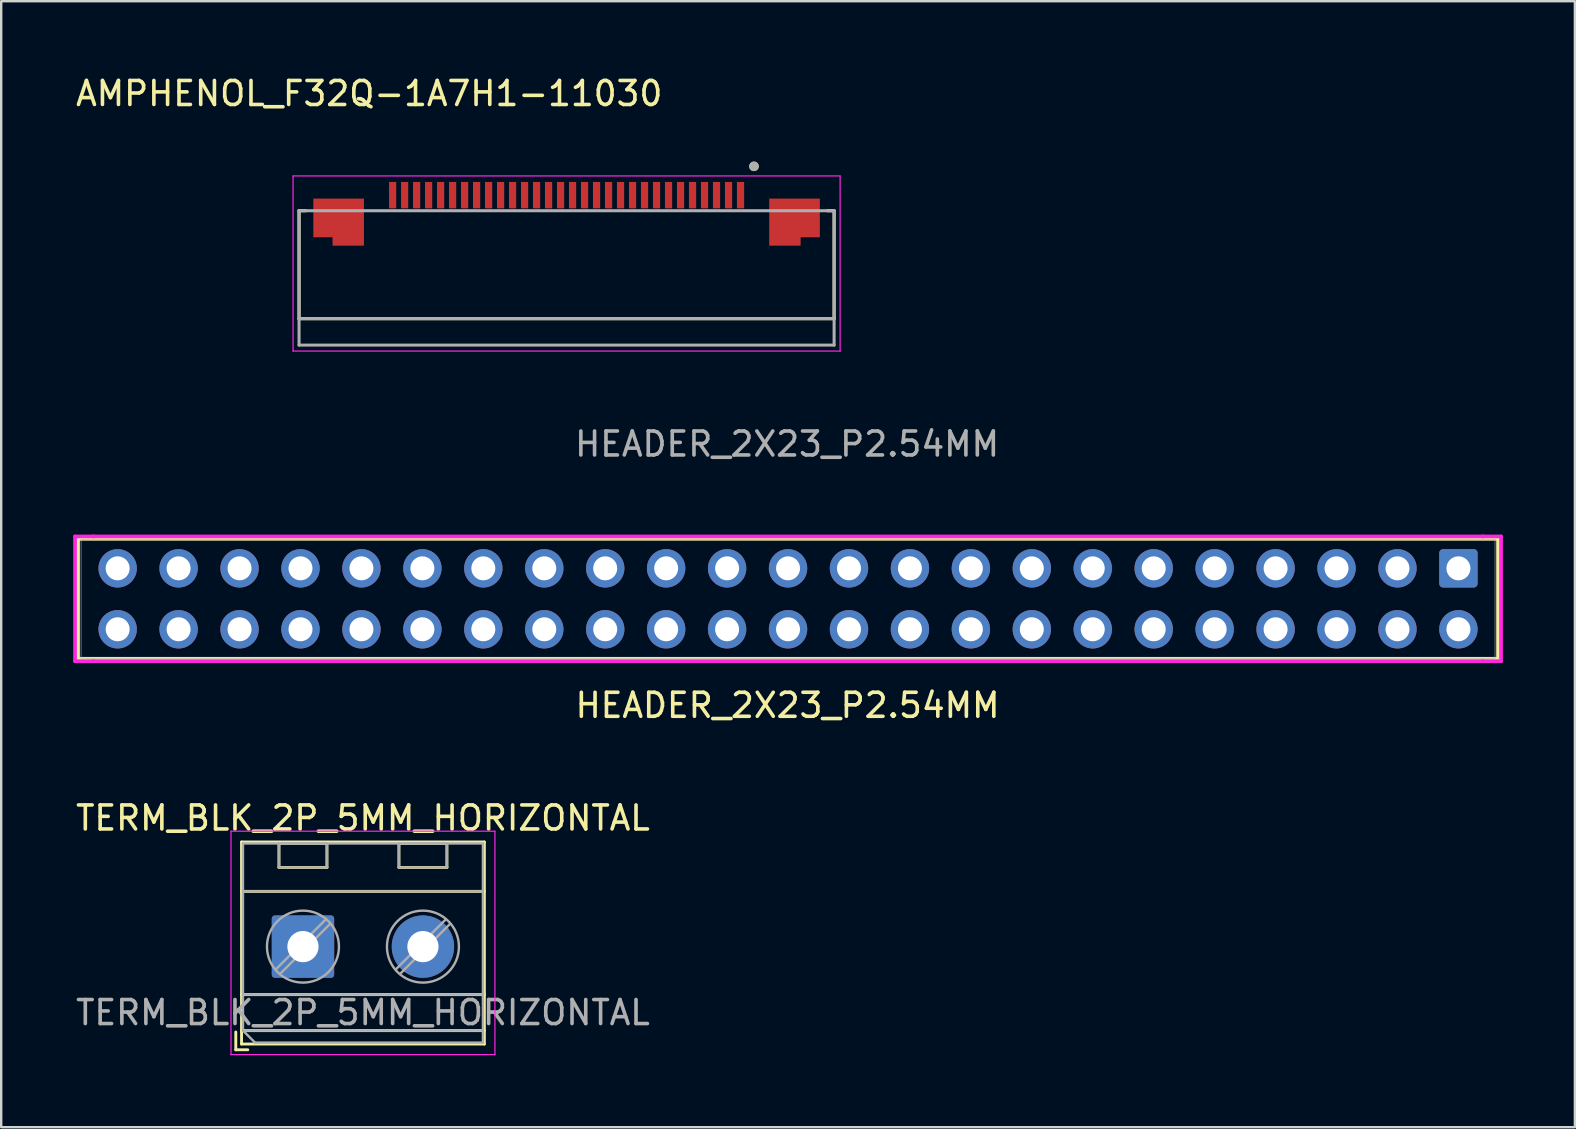
<source format=kicad_pcb>
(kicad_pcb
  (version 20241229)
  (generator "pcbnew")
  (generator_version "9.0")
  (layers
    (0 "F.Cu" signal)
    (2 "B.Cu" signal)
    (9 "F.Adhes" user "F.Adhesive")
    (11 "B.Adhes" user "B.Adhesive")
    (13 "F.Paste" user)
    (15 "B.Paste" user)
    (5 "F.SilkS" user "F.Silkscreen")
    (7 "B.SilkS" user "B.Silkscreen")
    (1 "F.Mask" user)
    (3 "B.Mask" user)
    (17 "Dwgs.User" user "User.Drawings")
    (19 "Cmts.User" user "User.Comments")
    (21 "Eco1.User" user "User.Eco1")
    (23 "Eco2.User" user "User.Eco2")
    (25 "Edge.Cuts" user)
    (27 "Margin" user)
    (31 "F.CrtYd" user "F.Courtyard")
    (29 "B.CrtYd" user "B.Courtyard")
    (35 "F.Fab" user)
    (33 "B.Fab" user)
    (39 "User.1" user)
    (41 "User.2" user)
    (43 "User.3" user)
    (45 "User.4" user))
  (footprint "HEADER_2X23_P2.54MM"
    (layer "F.Cu")
    (at 29.794 21.907)
    (property "Reference" "HEADER_2X23_P2.54MM" (at -0.02 4.44 0) (unlocked yes) (layer "F.SilkS") (effects (font (size 1 1) (thickness 0.15))))
    (attr through_hole)
    (fp_line (start -29.591 -2.5) (end -29.591 2.5) (stroke (width 0.152) (type solid)) (layer "F.SilkS"))
    (fp_line (start -29.591 2.5) (end 29.591 2.5) (stroke (width 0.152) (type solid)) (layer "F.SilkS"))
    (fp_line (start 29.591 -2.5) (end -29.591 -2.5) (stroke (width 0.152) (type solid)) (layer "F.SilkS"))
    (fp_line (start 29.591 2.5) (end 29.591 -2.5) (stroke (width 0.152) (type solid)) (layer "F.SilkS"))
    (fp_line (start -29.718 -2.6) (end -29.718 2.6) (stroke (width 0.152) (type solid)) (layer "F.CrtYd"))
    (fp_line (start -29.718 2.6) (end -28.956 2.6) (stroke (width 0.152) (type solid)) (layer "F.CrtYd"))
    (fp_line (start -28.956 -2.6) (end -29.718 -2.6) (stroke (width 0.152) (type solid)) (layer "F.CrtYd"))
    (fp_line (start -28.956 -2.6) (end -28.956 -2.6) (stroke (width 0.152) (type solid)) (layer "F.CrtYd"))
    (fp_line (start -28.956 2.6) (end -28.956 2.6) (stroke (width 0.152) (type solid)) (layer "F.CrtYd"))
    (fp_line (start -28.956 2.6) (end 28.956 2.6) (stroke (width 0.152) (type solid)) (layer "F.CrtYd"))
    (fp_line (start 28.956 -2.6) (end -28.956 -2.6) (stroke (width 0.152) (type solid)) (layer "F.CrtYd"))
    (fp_line (start 28.956 -2.6) (end 28.956 -2.6) (stroke (width 0.152) (type solid)) (layer "F.CrtYd"))
    (fp_line (start 28.956 2.6) (end 28.956 2.6) (stroke (width 0.152) (type solid)) (layer "F.CrtYd"))
    (fp_line (start 28.956 2.6) (end 29.718 2.6) (stroke (width 0.152) (type solid)) (layer "F.CrtYd"))
    (fp_line (start 29.718 -2.6) (end 28.956 -2.6) (stroke (width 0.152) (type solid)) (layer "F.CrtYd"))
    (fp_line (start 29.718 2.6) (end 29.718 -2.6) (stroke (width 0.152) (type solid)) (layer "F.CrtYd"))
    (fp_line (start -29.465 -2.475) (end -29.465 2.475) (stroke (width 0.025) (type solid)) (layer "F.Fab"))
    (fp_line (start -29.465 2.475) (end 29.465 2.475) (stroke (width 0.025) (type solid)) (layer "F.Fab"))
    (fp_line (start 29.465 -2.475) (end -29.465 -2.475) (stroke (width 0.025) (type solid)) (layer "F.Fab"))
    (fp_line (start 29.465 2.475) (end 29.465 -2.475) (stroke (width 0.025) (type solid)) (layer "F.Fab"))
    (fp_circle (center 27.94 -1.27) (end 27.686 -1.27) (stroke (width 0.025) (type solid)) (fill no) (layer "F.Fab"))
    (fp_text user "${REFERENCE}" (at -0.04 -6.45 0) (unlocked yes) (layer "F.Fab") (effects (font (size 1 1) (thickness 0.15))))
    (pad "1" thru_hole roundrect (at 27.94 -1.27 270) (size 1.6 1.6) (drill 1) (layers "*.Cu" "B.Mask") (roundrect_rratio 0.1))
    (pad "2" thru_hole circle (at 27.94 1.27 270) (size 1.6 1.6) (drill 1) (layers "*.Cu" "B.Mask"))
    (pad "3" thru_hole circle (at 25.4 -1.27 270) (size 1.6 1.6) (drill 1) (layers "*.Cu" "B.Mask"))
    (pad "4" thru_hole circle (at 25.4 1.27 270) (size 1.6 1.6) (drill 1) (layers "*.Cu" "B.Mask"))
    (pad "5" thru_hole circle (at 22.86 -1.27 270) (size 1.6 1.6) (drill 1) (layers "*.Cu" "B.Mask"))
    (pad "6" thru_hole circle (at 22.86 1.27 270) (size 1.6 1.6) (drill 1) (layers "*.Cu" "B.Mask"))
    (pad "7" thru_hole circle (at 20.32 -1.27 270) (size 1.6 1.6) (drill 1) (layers "*.Cu" "B.Mask"))
    (pad "8" thru_hole circle (at 20.32 1.27 270) (size 1.6 1.6) (drill 1) (layers "*.Cu" "B.Mask"))
    (pad "9" thru_hole circle (at 17.78 -1.27 270) (size 1.6 1.6) (drill 1) (layers "*.Cu" "B.Mask"))
    (pad "10" thru_hole circle (at 17.78 1.27 270) (size 1.6 1.6) (drill 1) (layers "*.Cu" "B.Mask"))
    (pad "11" thru_hole circle (at 15.24 -1.27 270) (size 1.6 1.6) (drill 1) (layers "*.Cu" "B.Mask"))
    (pad "12" thru_hole circle (at 15.24 1.27 270) (size 1.6 1.6) (drill 1) (layers "*.Cu" "B.Mask"))
    (pad "13" thru_hole circle (at 12.7 -1.27 270) (size 1.6 1.6) (drill 1) (layers "*.Cu" "B.Mask"))
    (pad "14" thru_hole circle (at 12.7 1.27 270) (size 1.6 1.6) (drill 1) (layers "*.Cu" "B.Mask"))
    (pad "15" thru_hole circle (at 10.16 -1.27 270) (size 1.6 1.6) (drill 1) (layers "*.Cu" "B.Mask"))
    (pad "16" thru_hole circle (at 10.16 1.27 270) (size 1.6 1.6) (drill 1) (layers "*.Cu" "B.Mask"))
    (pad "17" thru_hole circle (at 7.62 -1.27 270) (size 1.6 1.6) (drill 1) (layers "*.Cu" "B.Mask"))
    (pad "18" thru_hole circle (at 7.62 1.27 270) (size 1.6 1.6) (drill 1) (layers "*.Cu" "B.Mask"))
    (pad "19" thru_hole circle (at 5.08 -1.27 270) (size 1.6 1.6) (drill 1) (layers "*.Cu" "B.Mask"))
    (pad "20" thru_hole circle (at 5.08 1.27 270) (size 1.6 1.6) (drill 1) (layers "*.Cu" "B.Mask"))
    (pad "21" thru_hole circle (at 2.54 -1.27 270) (size 1.6 1.6) (drill 1) (layers "*.Cu" "B.Mask"))
    (pad "22" thru_hole circle (at 2.54 1.27 270) (size 1.6 1.6) (drill 1) (layers "*.Cu" "B.Mask"))
    (pad "23" thru_hole circle (at 0 -1.27 270) (size 1.6 1.6) (drill 1) (layers "*.Cu" "B.Mask"))
    (pad "24" thru_hole circle (at 0 1.27 270) (size 1.6 1.6) (drill 1) (layers "*.Cu" "B.Mask"))
    (pad "25" thru_hole circle (at -2.54 -1.27 270) (size 1.6 1.6) (drill 1) (layers "*.Cu" "B.Mask"))
    (pad "26" thru_hole circle (at -2.54 1.27 270) (size 1.6 1.6) (drill 1) (layers "*.Cu" "B.Mask"))
    (pad "27" thru_hole circle (at -5.08 -1.27 270) (size 1.6 1.6) (drill 1) (layers "*.Cu" "B.Mask"))
    (pad "28" thru_hole circle (at -5.08 1.27 270) (size 1.6 1.6) (drill 1) (layers "*.Cu" "B.Mask"))
    (pad "29" thru_hole circle (at -7.62 -1.27 270) (size 1.6 1.6) (drill 1) (layers "*.Cu" "B.Mask"))
    (pad "30" thru_hole circle (at -7.62 1.27 270) (size 1.6 1.6) (drill 1) (layers "*.Cu" "B.Mask"))
    (pad "31" thru_hole circle (at -10.16 -1.27 270) (size 1.6 1.6) (drill 1) (layers "*.Cu" "B.Mask"))
    (pad "32" thru_hole circle (at -10.16 1.27 270) (size 1.6 1.6) (drill 1) (layers "*.Cu" "B.Mask"))
    (pad "33" thru_hole circle (at -12.7 -1.27 270) (size 1.6 1.6) (drill 1) (layers "*.Cu" "B.Mask"))
    (pad "34" thru_hole circle (at -12.7 1.27 270) (size 1.6 1.6) (drill 1) (layers "*.Cu" "B.Mask"))
    (pad "35" thru_hole circle (at -15.24 -1.27 270) (size 1.6 1.6) (drill 1) (layers "*.Cu" "B.Mask"))
    (pad "36" thru_hole circle (at -15.24 1.27 270) (size 1.6 1.6) (drill 1) (layers "*.Cu" "B.Mask"))
    (pad "37" thru_hole circle (at -17.78 -1.27 270) (size 1.6 1.6) (drill 1) (layers "*.Cu" "B.Mask"))
    (pad "38" thru_hole circle (at -17.78 1.27 270) (size 1.6 1.6) (drill 1) (layers "*.Cu" "B.Mask"))
    (pad "39" thru_hole circle (at -20.32 -1.27 270) (size 1.6 1.6) (drill 1) (layers "*.Cu" "B.Mask"))
    (pad "40" thru_hole circle (at -20.32 1.27 270) (size 1.6 1.6) (drill 1) (layers "*.Cu" "B.Mask"))
    (pad "41" thru_hole circle (at -22.86 -1.27 270) (size 1.6 1.6) (drill 1) (layers "*.Cu" "B.Mask"))
    (pad "42" thru_hole circle (at -22.86 1.27 270) (size 1.6 1.6) (drill 1) (layers "*.Cu" "B.Mask"))
    (pad "43" thru_hole circle (at -25.4 -1.27 270) (size 1.6 1.6) (drill 1) (layers "*.Cu" "B.Mask"))
    (pad "44" thru_hole circle (at -25.4 1.27 270) (size 1.6 1.6) (drill 1) (layers "*.Cu" "B.Mask"))
    (pad "45" thru_hole circle (at -27.94 -1.27 270) (size 1.6 1.6) (drill 1) (layers "*.Cu" "B.Mask"))
    (pad "46" thru_hole circle (at -27.94 1.27 270) (size 1.6 1.6) (drill 1) (layers "*.Cu" "B.Mask")))
  (footprint "TERM_BLK_2P_5MM_HORIZONTAL"
    (layer "F.Cu")
    (at 12.077 36.403)
    (property "Reference" "TERM_BLK_2P_5MM_HORIZONTAL" (at 0 -5.36 0) (layer "F.SilkS") (effects (font (size 1 1) (thickness 0.15))))
    (attr through_hole)
    (fp_line (start -5.3 3.56) (end -5.3 4.3) (stroke (width 0.12) (type solid)) (layer "F.SilkS"))
    (fp_line (start -5.3 4.3) (end -4.8 4.3) (stroke (width 0.12) (type solid)) (layer "F.SilkS"))
    (fp_line (start -5.06 -4.36) (end -5.06 4.06) (stroke (width 0.12) (type solid)) (layer "F.SilkS"))
    (fp_line (start -5.06 -4.36) (end 5.06 -4.36) (stroke (width 0.12) (type solid)) (layer "F.SilkS"))
    (fp_line (start -5.06 -2.301) (end 5.06 -2.301) (stroke (width 0.12) (type solid)) (layer "F.SilkS"))
    (fp_line (start -5.06 2) (end 5.06 2) (stroke (width 0.12) (type solid)) (layer "F.SilkS"))
    (fp_line (start -5.06 3.5) (end 5.06 3.5) (stroke (width 0.12) (type solid)) (layer "F.SilkS"))
    (fp_line (start -5.06 4.06) (end 5.06 4.06) (stroke (width 0.12) (type solid)) (layer "F.SilkS"))
    (fp_line (start -3.5 -4.3) (end -3.5 -3.3) (stroke (width 0.12) (type solid)) (layer "F.SilkS"))
    (fp_line (start -3.5 -4.3) (end -1.5 -4.3) (stroke (width 0.12) (type solid)) (layer "F.SilkS"))
    (fp_line (start -3.5 -3.3) (end -1.5 -3.3) (stroke (width 0.12) (type solid)) (layer "F.SilkS"))
    (fp_line (start -1.5 -4.3) (end -1.5 -3.3) (stroke (width 0.12) (type solid)) (layer "F.SilkS"))
    (fp_line (start 1.5 -4.3) (end 1.5 -3.3) (stroke (width 0.12) (type solid)) (layer "F.SilkS"))
    (fp_line (start 1.5 -4.3) (end 3.5 -4.3) (stroke (width 0.12) (type solid)) (layer "F.SilkS"))
    (fp_line (start 1.5 -3.3) (end 3.5 -3.3) (stroke (width 0.12) (type solid)) (layer "F.SilkS"))
    (fp_line (start 3.5 -4.3) (end 3.5 -3.3) (stroke (width 0.12) (type solid)) (layer "F.SilkS"))
    (fp_line (start 5.06 -4.36) (end 5.06 4.06) (stroke (width 0.12) (type solid)) (layer "F.SilkS"))
    (fp_line (start -5.5 -4.81) (end -5.5 4.5) (stroke (width 0.05) (type solid)) (layer "F.CrtYd"))
    (fp_line (start -5.5 4.5) (end 5.5 4.5) (stroke (width 0.05) (type solid)) (layer "F.CrtYd"))
    (fp_line (start 5.5 -4.81) (end -5.5 -4.81) (stroke (width 0.05) (type solid)) (layer "F.CrtYd"))
    (fp_line (start 5.5 4.5) (end 5.5 -4.81) (stroke (width 0.05) (type solid)) (layer "F.CrtYd"))
    (fp_line (start -5 -4.3) (end 5 -4.3) (stroke (width 0.1) (type solid)) (layer "F.Fab"))
    (fp_line (start -5 -2.3) (end 5 -2.3) (stroke (width 0.1) (type solid)) (layer "F.Fab"))
    (fp_line (start -5 2) (end 5 2) (stroke (width 0.1) (type solid)) (layer "F.Fab"))
    (fp_line (start -5 3.5) (end -5 -4.3) (stroke (width 0.1) (type solid)) (layer "F.Fab"))
    (fp_line (start -5 3.5) (end 5 3.5) (stroke (width 0.1) (type solid)) (layer "F.Fab"))
    (fp_line (start -4.5 4) (end -5 3.5) (stroke (width 0.1) (type solid)) (layer "F.Fab"))
    (fp_line (start -3.5 -4.3) (end -3.5 -3.3) (stroke (width 0.1) (type solid)) (layer "F.Fab"))
    (fp_line (start -3.5 -3.3) (end -1.5 -3.3) (stroke (width 0.1) (type solid)) (layer "F.Fab"))
    (fp_line (start -1.545 -1.138) (end -3.638 0.955) (stroke (width 0.1) (type solid)) (layer "F.Fab"))
    (fp_line (start -1.5 -4.3) (end -3.5 -4.3) (stroke (width 0.1) (type solid)) (layer "F.Fab"))
    (fp_line (start -1.5 -3.3) (end -1.5 -4.3) (stroke (width 0.1) (type solid)) (layer "F.Fab"))
    (fp_line (start -1.362 -0.955) (end -3.455 1.138) (stroke (width 0.1) (type solid)) (layer "F.Fab"))
    (fp_line (start 1.5 -4.3) (end 1.5 -3.3) (stroke (width 0.1) (type solid)) (layer "F.Fab"))
    (fp_line (start 1.5 -3.3) (end 3.5 -3.3) (stroke (width 0.1) (type solid)) (layer "F.Fab"))
    (fp_line (start 3.455 -1.138) (end 1.363 0.955) (stroke (width 0.1) (type solid)) (layer "F.Fab"))
    (fp_line (start 3.5 -4.3) (end 1.5 -4.3) (stroke (width 0.1) (type solid)) (layer "F.Fab"))
    (fp_line (start 3.5 -3.3) (end 3.5 -4.3) (stroke (width 0.1) (type solid)) (layer "F.Fab"))
    (fp_line (start 3.638 -0.955) (end 1.546 1.138) (stroke (width 0.1) (type solid)) (layer "F.Fab"))
    (fp_line (start 5 -4.3) (end 5 4) (stroke (width 0.1) (type solid)) (layer "F.Fab"))
    (fp_line (start 5 4) (end -4.5 4) (stroke (width 0.1) (type solid)) (layer "F.Fab"))
    (fp_circle (center -2.5 0) (end -1 0) (stroke (width 0.1) (type solid)) (fill no) (layer "F.Fab"))
    (fp_circle (center 2.5 0) (end 4 0) (stroke (width 0.1) (type solid)) (fill no) (layer "F.Fab"))
    (fp_text user "${REFERENCE}" (at 0 2.75 0) (layer "F.Fab") (effects (font (size 1 1) (thickness 0.15))))
    (pad "1" thru_hole roundrect (at -2.5 0) (size 2.6 2.6) (drill 1.3) (layers "*.Cu" "B.Mask") (roundrect_rratio 0.05))
    (pad "2" thru_hole circle (at 2.5 0) (size 2.6 2.6) (drill 1.3) (layers "*.Cu" "B.Mask")))
  (footprint "AMPHENOL_F32Q-1A7H1-11030"
    (layer "F.Cu")
    (at 20.564 7.983)
    (property "Reference" "AMPHENOL_F32Q-1A7H1-11030" (at -8.225 -7.135 0) (layer "F.SilkS") (effects (font (size 1 1) (thickness 0.15))))
    (attr smd)
    (fp_poly (pts (xy -10.65 -1.05) (xy -9.85 -1.05) (xy -9.85 -0.7) (xy -8.35 -0.7) (xy -8.35 -2.85) (xy -10.65 -2.85)) (stroke (width 0.01) (type solid)) (fill yes) (layer "F.Mask"))
    (fp_poly (pts (xy 8.35 -0.7) (xy 9.85 -0.7) (xy 9.85 -1.05) (xy 10.65 -1.05) (xy 10.65 -2.85) (xy 8.35 -2.85)) (stroke (width 0.01) (type solid)) (fill yes) (layer "F.Mask"))
    (fp_line (start -11.15 -2.25) (end -11.15 2.25) (stroke (width 0.127) (type solid)) (layer "F.SilkS"))
    (fp_line (start -11.15 2.25) (end 11.15 2.25) (stroke (width 0.127) (type solid)) (layer "F.SilkS"))
    (fp_line (start -10.87 -2.25) (end -11.15 -2.25) (stroke (width 0.127) (type solid)) (layer "F.SilkS"))
    (fp_line (start 11.15 -2.25) (end 10.87 -2.25) (stroke (width 0.127) (type solid)) (layer "F.SilkS"))
    (fp_line (start 11.15 2.25) (end 11.15 -2.25) (stroke (width 0.127) (type solid)) (layer "F.SilkS"))
    (fp_circle (center 7.81 -4.1) (end 7.91 -4.1) (stroke (width 0.2) (type solid)) (fill no) (layer "F.SilkS"))
    (fp_poly (pts (xy -10.55 -1.15) (xy -9.75 -1.15) (xy -9.75 -0.8) (xy -8.45 -0.8) (xy -8.45 -2.75) (xy -10.55 -2.75)) (stroke (width 0.01) (type solid)) (fill yes) (layer "F.Paste"))
    (fp_poly (pts (xy 9.75 -0.8) (xy 8.45 -0.8) (xy 8.45 -2.75) (xy 10.55 -2.75) (xy 10.55 -1.15) (xy 9.75 -1.15)) (stroke (width 0.01) (type solid)) (fill yes) (layer "F.Paste"))
    (fp_line (start -11.4 -3.7) (end -11.4 3.6) (stroke (width 0.05) (type solid)) (layer "F.CrtYd"))
    (fp_line (start -11.4 3.6) (end 11.4 3.6) (stroke (width 0.05) (type solid)) (layer "F.CrtYd"))
    (fp_line (start 11.4 -3.7) (end -11.4 -3.7) (stroke (width 0.05) (type solid)) (layer "F.CrtYd"))
    (fp_line (start 11.4 3.6) (end 11.4 -3.7) (stroke (width 0.05) (type solid)) (layer "F.CrtYd"))
    (fp_line (start -11.15 -2.25) (end -11.15 2.25) (stroke (width 0.127) (type solid)) (layer "F.Fab"))
    (fp_line (start -11.15 2.25) (end -11.15 3.35) (stroke (width 0.127) (type solid)) (layer "F.Fab"))
    (fp_line (start -11.15 2.25) (end 11.15 2.25) (stroke (width 0.127) (type solid)) (layer "F.Fab"))
    (fp_line (start -11.15 3.35) (end 11.15 3.35) (stroke (width 0.127) (type solid)) (layer "F.Fab"))
    (fp_line (start 11.15 -2.25) (end -11.15 -2.25) (stroke (width 0.127) (type solid)) (layer "F.Fab"))
    (fp_line (start 11.15 2.25) (end 11.15 -2.25) (stroke (width 0.127) (type solid)) (layer "F.Fab"))
    (fp_line (start 11.15 3.35) (end 11.15 2.25) (stroke (width 0.127) (type solid)) (layer "F.Fab"))
    (fp_circle (center 7.81 -4.1) (end 7.91 -4.1) (stroke (width 0.2) (type solid)) (fill no) (layer "F.Fab"))
    (pad "1" smd rect (at 7.25 -2.9) (size 0.3 1.1) (layers "F.Cu" "F.Mask" "F.Paste"))
    (pad "2" smd rect (at 6.75 -2.9) (size 0.3 1.1) (layers "F.Cu" "F.Mask" "F.Paste"))
    (pad "3" smd rect (at 6.25 -2.9) (size 0.3 1.1) (layers "F.Cu" "F.Mask" "F.Paste"))
    (pad "4" smd rect (at 5.75 -2.9) (size 0.3 1.1) (layers "F.Cu" "F.Mask" "F.Paste"))
    (pad "5" smd rect (at 5.25 -2.9) (size 0.3 1.1) (layers "F.Cu" "F.Mask" "F.Paste"))
    (pad "6" smd rect (at 4.75 -2.9) (size 0.3 1.1) (layers "F.Cu" "F.Mask" "F.Paste"))
    (pad "7" smd rect (at 4.25 -2.9) (size 0.3 1.1) (layers "F.Cu" "F.Mask" "F.Paste"))
    (pad "8" smd rect (at 3.75 -2.9) (size 0.3 1.1) (layers "F.Cu" "F.Mask" "F.Paste"))
    (pad "9" smd rect (at 3.25 -2.9) (size 0.3 1.1) (layers "F.Cu" "F.Mask" "F.Paste"))
    (pad "10" smd rect (at 2.75 -2.9) (size 0.3 1.1) (layers "F.Cu" "F.Mask" "F.Paste"))
    (pad "11" smd rect (at 2.25 -2.9) (size 0.3 1.1) (layers "F.Cu" "F.Mask" "F.Paste"))
    (pad "12" smd rect (at 1.75 -2.9) (size 0.3 1.1) (layers "F.Cu" "F.Mask" "F.Paste"))
    (pad "13" smd rect (at 1.25 -2.9) (size 0.3 1.1) (layers "F.Cu" "F.Mask" "F.Paste"))
    (pad "14" smd rect (at 0.75 -2.9) (size 0.3 1.1) (layers "F.Cu" "F.Mask" "F.Paste"))
    (pad "15" smd rect (at 0.25 -2.9) (size 0.3 1.1) (layers "F.Cu" "F.Mask" "F.Paste"))
    (pad "16" smd rect (at -0.25 -2.9) (size 0.3 1.1) (layers "F.Cu" "F.Mask" "F.Paste"))
    (pad "17" smd rect (at -0.75 -2.9) (size 0.3 1.1) (layers "F.Cu" "F.Mask" "F.Paste"))
    (pad "18" smd rect (at -1.25 -2.9) (size 0.3 1.1) (layers "F.Cu" "F.Mask" "F.Paste"))
    (pad "19" smd rect (at -1.75 -2.9) (size 0.3 1.1) (layers "F.Cu" "F.Mask" "F.Paste"))
    (pad "20" smd rect (at -2.25 -2.9) (size 0.3 1.1) (layers "F.Cu" "F.Mask" "F.Paste"))
    (pad "21" smd rect (at -2.75 -2.9) (size 0.3 1.1) (layers "F.Cu" "F.Mask" "F.Paste"))
    (pad "22" smd rect (at -3.25 -2.9) (size 0.3 1.1) (layers "F.Cu" "F.Mask" "F.Paste"))
    (pad "23" smd rect (at -3.75 -2.9) (size 0.3 1.1) (layers "F.Cu" "F.Mask" "F.Paste"))
    (pad "24" smd rect (at -4.25 -2.9) (size 0.3 1.1) (layers "F.Cu" "F.Mask" "F.Paste"))
    (pad "25" smd rect (at -4.75 -2.9) (size 0.3 1.1) (layers "F.Cu" "F.Mask" "F.Paste"))
    (pad "26" smd rect (at -5.25 -2.9) (size 0.3 1.1) (layers "F.Cu" "F.Mask" "F.Paste"))
    (pad "27" smd rect (at -5.75 -2.9) (size 0.3 1.1) (layers "F.Cu" "F.Mask" "F.Paste"))
    (pad "28" smd rect (at -6.25 -2.9) (size 0.3 1.1) (layers "F.Cu" "F.Mask" "F.Paste"))
    (pad "29" smd rect (at -6.75 -2.9) (size 0.3 1.1) (layers "F.Cu" "F.Mask" "F.Paste"))
    (pad "30" smd rect (at -7.25 -2.9) (size 0.3 1.1) (layers "F.Cu" "F.Mask" "F.Paste"))
    (pad "S1" smd custom (at 9.5 -1.95) (size 0.5 0.5) (layers "F.Cu") (options (anchor rect)) (primitives (gr_poly (pts (xy -1.05 -0.8) (xy -1.05 1.15) (xy 0.25 1.15) (xy 0.25 0.8) (xy 1.05 0.8) (xy 1.05 -0.8)) (width 0.01) (fill yes))))
    (pad "S2" smd custom (at -9.5 -1.95) (size 0.5 0.5) (layers "F.Cu") (options (anchor rect)) (primitives (gr_poly (pts (xy -1.05 -0.8) (xy 1.05 -0.8) (xy 1.05 1.15) (xy -0.25 1.15) (xy -0.25 0.8) (xy -1.05 0.8)) (width 0.01) (fill yes)))))
  (gr_rect
    (start -3 -3)
    (end 62.588 43.928)
    (stroke (width 0.1) (type default))
    (fill no)
    (layer "Edge.Cuts")))
</source>
